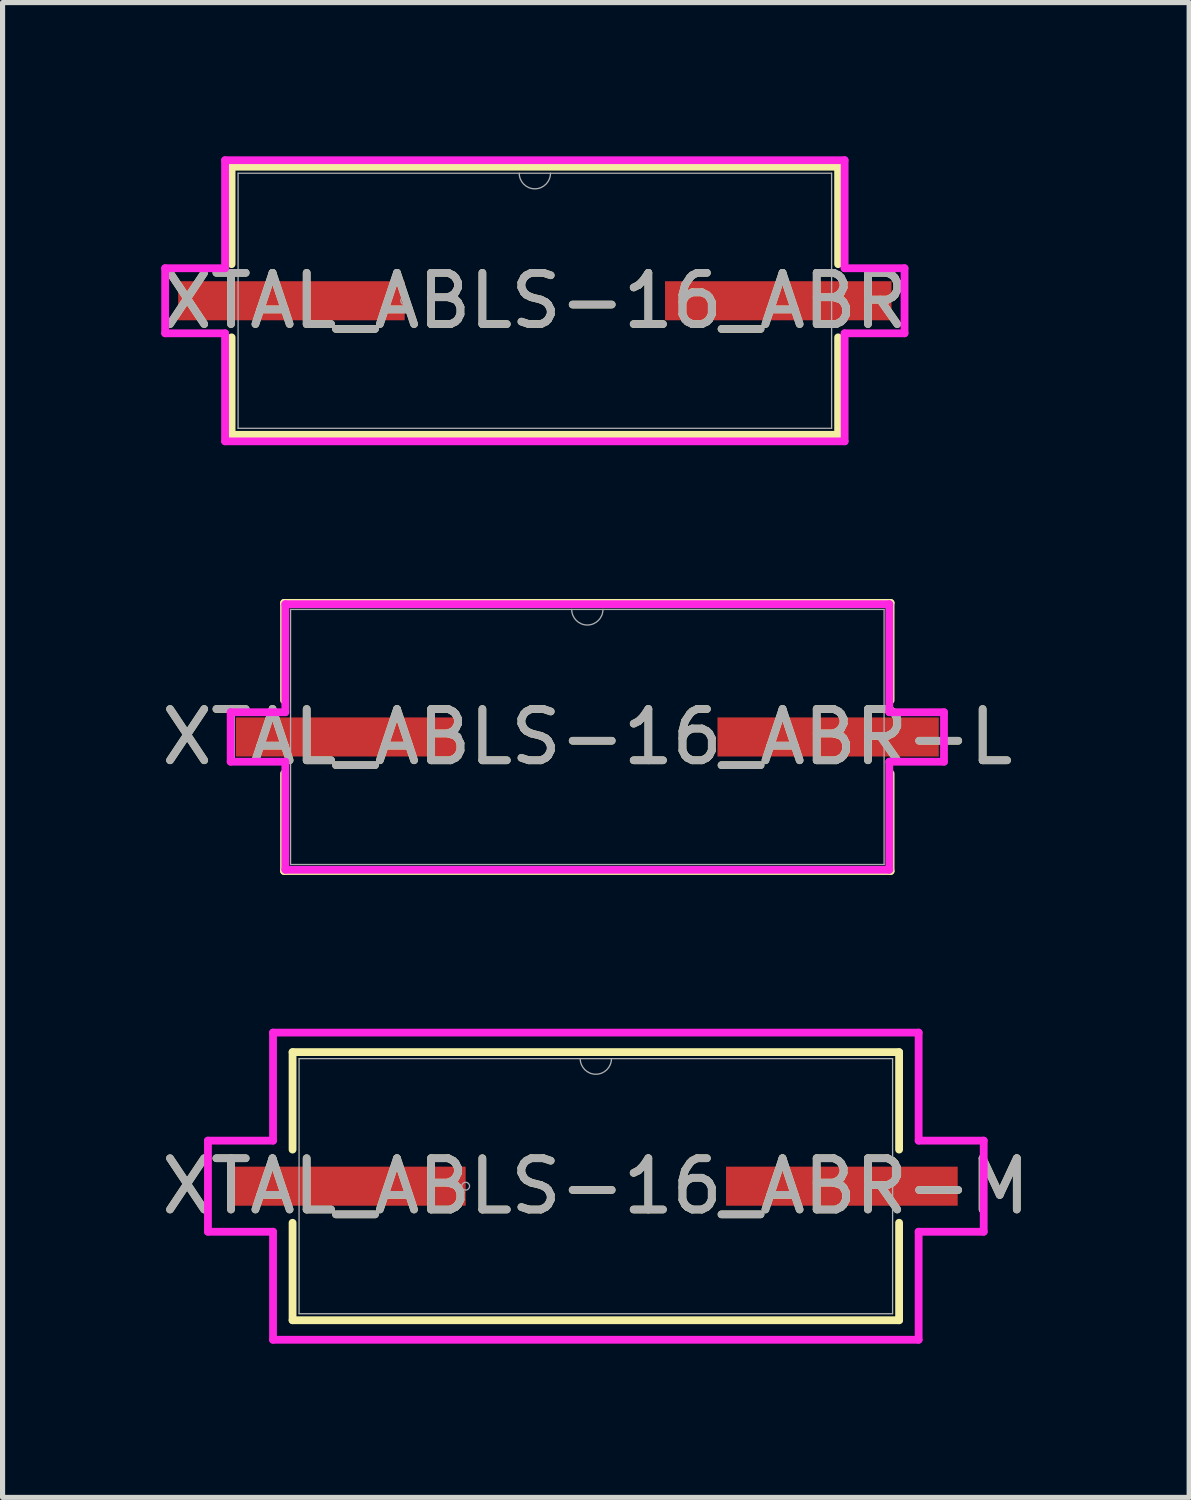
<source format=kicad_pcb>
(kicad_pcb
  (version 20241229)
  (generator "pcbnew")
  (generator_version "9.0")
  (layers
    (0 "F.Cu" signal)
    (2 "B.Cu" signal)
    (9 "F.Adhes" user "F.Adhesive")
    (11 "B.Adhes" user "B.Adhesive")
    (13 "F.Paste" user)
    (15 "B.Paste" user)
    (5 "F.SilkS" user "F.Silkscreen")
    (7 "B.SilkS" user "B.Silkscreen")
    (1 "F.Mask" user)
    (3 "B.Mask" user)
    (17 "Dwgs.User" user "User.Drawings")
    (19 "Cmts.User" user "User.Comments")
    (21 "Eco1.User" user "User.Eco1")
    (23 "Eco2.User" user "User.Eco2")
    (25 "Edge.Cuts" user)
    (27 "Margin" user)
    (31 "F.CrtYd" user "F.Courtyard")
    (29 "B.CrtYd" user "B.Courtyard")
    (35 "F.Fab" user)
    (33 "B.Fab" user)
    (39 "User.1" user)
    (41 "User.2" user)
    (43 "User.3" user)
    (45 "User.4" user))
  (footprint "XTAL_ABLS-16_ABR-L"
    (layer "F.Cu")
    (at 8.411 11.331)
    (property "Reference" "XTAL_ABLS-16_ABR-L" (at 0 0 0) (unlocked yes) (layer "F.SilkS") (effects (font (size 1 1) (thickness 0.15))))
    (attr smd)
    (fp_line (start -5.918 -2.616) (end -5.918 -0.714) (stroke (width 0.152) (type solid)) (layer "F.SilkS"))
    (fp_line (start -5.918 0.714) (end -5.918 2.616) (stroke (width 0.152) (type solid)) (layer "F.SilkS"))
    (fp_line (start -5.918 2.616) (end 5.918 2.616) (stroke (width 0.152) (type solid)) (layer "F.SilkS"))
    (fp_line (start 5.918 -2.616) (end -5.918 -2.616) (stroke (width 0.152) (type solid)) (layer "F.SilkS"))
    (fp_line (start 5.918 -0.714) (end 5.918 -2.616) (stroke (width 0.152) (type solid)) (layer "F.SilkS"))
    (fp_line (start 5.918 2.616) (end 5.918 0.714) (stroke (width 0.152) (type solid)) (layer "F.SilkS"))
    (fp_line (start -6.96 -0.483) (end -5.893 -0.483) (stroke (width 0.152) (type solid)) (layer "F.CrtYd"))
    (fp_line (start -6.96 0.483) (end -6.96 -0.483) (stroke (width 0.152) (type solid)) (layer "F.CrtYd"))
    (fp_line (start -6.96 0.483) (end -5.893 0.483) (stroke (width 0.152) (type solid)) (layer "F.CrtYd"))
    (fp_line (start -5.893 -2.591) (end 5.893 -2.591) (stroke (width 0.152) (type solid)) (layer "F.CrtYd"))
    (fp_line (start -5.893 -0.483) (end -5.893 -2.591) (stroke (width 0.152) (type solid)) (layer "F.CrtYd"))
    (fp_line (start -5.893 2.591) (end -5.893 0.483) (stroke (width 0.152) (type solid)) (layer "F.CrtYd"))
    (fp_line (start 5.893 -2.591) (end 5.893 -0.483) (stroke (width 0.152) (type solid)) (layer "F.CrtYd"))
    (fp_line (start 5.893 0.483) (end 5.893 2.591) (stroke (width 0.152) (type solid)) (layer "F.CrtYd"))
    (fp_line (start 5.893 2.591) (end -5.893 2.591) (stroke (width 0.152) (type solid)) (layer "F.CrtYd"))
    (fp_line (start 6.96 -0.483) (end 5.893 -0.483) (stroke (width 0.152) (type solid)) (layer "F.CrtYd"))
    (fp_line (start 6.96 -0.483) (end 6.96 0.483) (stroke (width 0.152) (type solid)) (layer "F.CrtYd"))
    (fp_line (start 6.96 0.483) (end 5.893 0.483) (stroke (width 0.152) (type solid)) (layer "F.CrtYd"))
    (fp_line (start -5.791 -2.489) (end -5.791 2.489) (stroke (width 0.025) (type solid)) (layer "F.Fab"))
    (fp_line (start -5.791 2.489) (end 5.791 2.489) (stroke (width 0.025) (type solid)) (layer "F.Fab"))
    (fp_line (start 5.791 -2.489) (end -5.791 -2.489) (stroke (width 0.025) (type solid)) (layer "F.Fab"))
    (fp_line (start 5.791 2.489) (end 5.791 -2.489) (stroke (width 0.025) (type solid)) (layer "F.Fab"))
    (fp_arc (start 0.3048 -2.4892) (mid 0 -2.1844) (end -0.3048 -2.4892) (stroke (width 0.0254) (type solid)) (layer "F.Fab"))
    (fp_circle (center -2.54 0) (end -2.464 0) (stroke (width 0.025) (type solid)) (fill no) (layer "F.Fab"))
    (fp_text user "${REFERENCE}" (at 0 0 0) (unlocked yes) (layer "F.Fab") (effects (font (size 1 1) (thickness 0.15))))
    (pad "1" smd rect (at -4.699 0) (size 4.318 0.762) (layers "F.Cu" "F.Mask" "F.Paste"))
    (pad "2" smd rect (at 4.699 0) (size 4.318 0.762) (layers "F.Cu" "F.Mask" "F.Paste")))
  (footprint "XTAL_ABLS-16_ABR-M"
    (layer "F.Cu")
    (at 8.577 20.097)
    (property "Reference" "XTAL_ABLS-16_ABR-M" (at 0 0 0) (unlocked yes) (layer "F.SilkS") (effects (font (size 1 1) (thickness 0.15))))
    (attr smd)
    (fp_line (start -5.918 -2.616) (end -5.918 -0.714) (stroke (width 0.152) (type solid)) (layer "F.SilkS"))
    (fp_line (start -5.918 0.714) (end -5.918 2.616) (stroke (width 0.152) (type solid)) (layer "F.SilkS"))
    (fp_line (start -5.918 2.616) (end 5.918 2.616) (stroke (width 0.152) (type solid)) (layer "F.SilkS"))
    (fp_line (start 5.918 -2.616) (end -5.918 -2.616) (stroke (width 0.152) (type solid)) (layer "F.SilkS"))
    (fp_line (start 5.918 -0.714) (end 5.918 -2.616) (stroke (width 0.152) (type solid)) (layer "F.SilkS"))
    (fp_line (start 5.918 2.616) (end 5.918 0.714) (stroke (width 0.152) (type solid)) (layer "F.SilkS"))
    (fp_line (start -7.569 -0.889) (end -6.299 -0.889) (stroke (width 0.152) (type solid)) (layer "F.CrtYd"))
    (fp_line (start -7.569 0.889) (end -7.569 -0.889) (stroke (width 0.152) (type solid)) (layer "F.CrtYd"))
    (fp_line (start -7.569 0.889) (end -6.299 0.889) (stroke (width 0.152) (type solid)) (layer "F.CrtYd"))
    (fp_line (start -6.299 -2.997) (end 6.299 -2.997) (stroke (width 0.152) (type solid)) (layer "F.CrtYd"))
    (fp_line (start -6.299 -0.889) (end -6.299 -2.997) (stroke (width 0.152) (type solid)) (layer "F.CrtYd"))
    (fp_line (start -6.299 2.997) (end -6.299 0.889) (stroke (width 0.152) (type solid)) (layer "F.CrtYd"))
    (fp_line (start 6.299 -2.997) (end 6.299 -0.889) (stroke (width 0.152) (type solid)) (layer "F.CrtYd"))
    (fp_line (start 6.299 0.889) (end 6.299 2.997) (stroke (width 0.152) (type solid)) (layer "F.CrtYd"))
    (fp_line (start 6.299 2.997) (end -6.299 2.997) (stroke (width 0.152) (type solid)) (layer "F.CrtYd"))
    (fp_line (start 7.569 -0.889) (end 6.299 -0.889) (stroke (width 0.152) (type solid)) (layer "F.CrtYd"))
    (fp_line (start 7.569 -0.889) (end 7.569 0.889) (stroke (width 0.152) (type solid)) (layer "F.CrtYd"))
    (fp_line (start 7.569 0.889) (end 6.299 0.889) (stroke (width 0.152) (type solid)) (layer "F.CrtYd"))
    (fp_line (start -5.791 -2.489) (end -5.791 2.489) (stroke (width 0.025) (type solid)) (layer "F.Fab"))
    (fp_line (start -5.791 2.489) (end 5.791 2.489) (stroke (width 0.025) (type solid)) (layer "F.Fab"))
    (fp_line (start 5.791 -2.489) (end -5.791 -2.489) (stroke (width 0.025) (type solid)) (layer "F.Fab"))
    (fp_line (start 5.791 2.489) (end 5.791 -2.489) (stroke (width 0.025) (type solid)) (layer "F.Fab"))
    (fp_arc (start 0.3048 -2.4892) (mid 0 -2.1844) (end -0.3048 -2.4892) (stroke (width 0.0254) (type solid)) (layer "F.Fab"))
    (fp_circle (center -2.54 0) (end -2.464 0) (stroke (width 0.025) (type solid)) (fill no) (layer "F.Fab"))
    (fp_text user "${REFERENCE}" (at 0 0 0) (unlocked yes) (layer "F.Fab") (effects (font (size 1 1) (thickness 0.15))))
    (pad "1" smd rect (at -4.801 0) (size 4.521 0.762) (layers "F.Cu" "F.Mask" "F.Paste"))
    (pad "2" smd rect (at 4.801 0) (size 4.521 0.762) (layers "F.Cu" "F.Mask" "F.Paste")))
  (footprint "XTAL_ABLS-16_ABR"
    (layer "F.Cu")
    (at 7.387 2.819)
    (property "Reference" "XTAL_ABLS-16_ABR" (at 0 0 0) (unlocked yes) (layer "F.SilkS") (effects (font (size 1 1) (thickness 0.15))))
    (attr smd)
    (fp_line (start -5.918 -2.616) (end -5.918 -0.714) (stroke (width 0.152) (type solid)) (layer "F.SilkS"))
    (fp_line (start -5.918 0.714) (end -5.918 2.616) (stroke (width 0.152) (type solid)) (layer "F.SilkS"))
    (fp_line (start -5.918 2.616) (end 5.918 2.616) (stroke (width 0.152) (type solid)) (layer "F.SilkS"))
    (fp_line (start 5.918 -2.616) (end -5.918 -2.616) (stroke (width 0.152) (type solid)) (layer "F.SilkS"))
    (fp_line (start 5.918 -0.714) (end 5.918 -2.616) (stroke (width 0.152) (type solid)) (layer "F.SilkS"))
    (fp_line (start 5.918 2.616) (end 5.918 0.714) (stroke (width 0.152) (type solid)) (layer "F.SilkS"))
    (fp_line (start -7.214 -0.635) (end -6.045 -0.635) (stroke (width 0.152) (type solid)) (layer "F.CrtYd"))
    (fp_line (start -7.214 0.635) (end -7.214 -0.635) (stroke (width 0.152) (type solid)) (layer "F.CrtYd"))
    (fp_line (start -7.214 0.635) (end -6.045 0.635) (stroke (width 0.152) (type solid)) (layer "F.CrtYd"))
    (fp_line (start -6.045 -2.743) (end 6.045 -2.743) (stroke (width 0.152) (type solid)) (layer "F.CrtYd"))
    (fp_line (start -6.045 -0.635) (end -6.045 -2.743) (stroke (width 0.152) (type solid)) (layer "F.CrtYd"))
    (fp_line (start -6.045 2.743) (end -6.045 0.635) (stroke (width 0.152) (type solid)) (layer "F.CrtYd"))
    (fp_line (start 6.045 -2.743) (end 6.045 -0.635) (stroke (width 0.152) (type solid)) (layer "F.CrtYd"))
    (fp_line (start 6.045 0.635) (end 6.045 2.743) (stroke (width 0.152) (type solid)) (layer "F.CrtYd"))
    (fp_line (start 6.045 2.743) (end -6.045 2.743) (stroke (width 0.152) (type solid)) (layer "F.CrtYd"))
    (fp_line (start 7.214 -0.635) (end 6.045 -0.635) (stroke (width 0.152) (type solid)) (layer "F.CrtYd"))
    (fp_line (start 7.214 -0.635) (end 7.214 0.635) (stroke (width 0.152) (type solid)) (layer "F.CrtYd"))
    (fp_line (start 7.214 0.635) (end 6.045 0.635) (stroke (width 0.152) (type solid)) (layer "F.CrtYd"))
    (fp_line (start -5.791 -2.489) (end -5.791 2.489) (stroke (width 0.025) (type solid)) (layer "F.Fab"))
    (fp_line (start -5.791 2.489) (end 5.791 2.489) (stroke (width 0.025) (type solid)) (layer "F.Fab"))
    (fp_line (start 5.791 -2.489) (end -5.791 -2.489) (stroke (width 0.025) (type solid)) (layer "F.Fab"))
    (fp_line (start 5.791 2.489) (end 5.791 -2.489) (stroke (width 0.025) (type solid)) (layer "F.Fab"))
    (fp_arc (start 0.3048 -2.4892) (mid 0 -2.1844) (end -0.3048 -2.4892) (stroke (width 0.0254) (type solid)) (layer "F.Fab"))
    (fp_circle (center -2.54 0) (end -2.464 0) (stroke (width 0.025) (type solid)) (fill no) (layer "F.Fab"))
    (fp_text user "${REFERENCE}" (at 0 0 0) (unlocked yes) (layer "F.Fab") (effects (font (size 1 1) (thickness 0.15))))
    (pad "1" smd rect (at -4.75 0) (size 4.42 0.762) (layers "F.Cu" "F.Mask" "F.Paste"))
    (pad "2" smd rect (at 4.75 0) (size 4.42 0.762) (layers "F.Cu" "F.Mask" "F.Paste")))
  (gr_rect
    (start -3 -3)
    (end 20.155 26.17)
    (stroke (width 0.1) (type default))
    (fill no)
    (layer "Edge.Cuts")))
</source>
